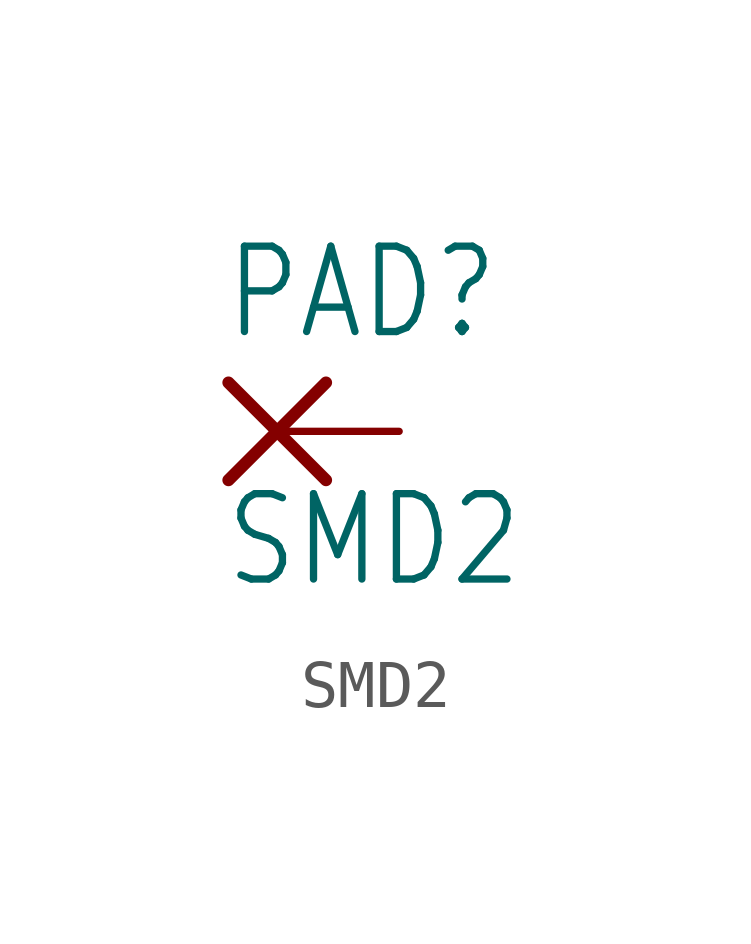
<source format=kicad_sym>
(kicad_symbol_lib
  (version 20211014)
  (generator kicad_symbol_editor)
  (symbol "SMD2"
    (property "Reference" "PAD"
      (at -1.143 1.854 0)
      (effects (font (size 1.778 1.511)) (justify left bottom)))
    (property "Value" "SMD2"
      (at -1.143 -3.302 0)
      (effects (font (size 1.778 1.511)) (justify left bottom)))
    (property "ki_locked" ""
      (at 0 0 0)
      (effects (font (size 1.27 1.27))))
    (symbol "SMD2_1_0"
      (polyline (pts (xy -1.016 -1.016) (xy 1.016 1.016)) (stroke (width 0.254) (type default) (color 0 0 0 0)) (fill (type none)))
      (polyline (pts (xy -1.016 1.016) (xy 1.016 -1.016)) (stroke (width 0.254) (type default) (color 0 0 0 0)) (fill (type none)))
      (pin passive line (at 2.54 0 180) (length 2.54) (name "P" (effects (font (size 0 0)))) (number "1" (effects (font (size 0 0))))))))
</source>
